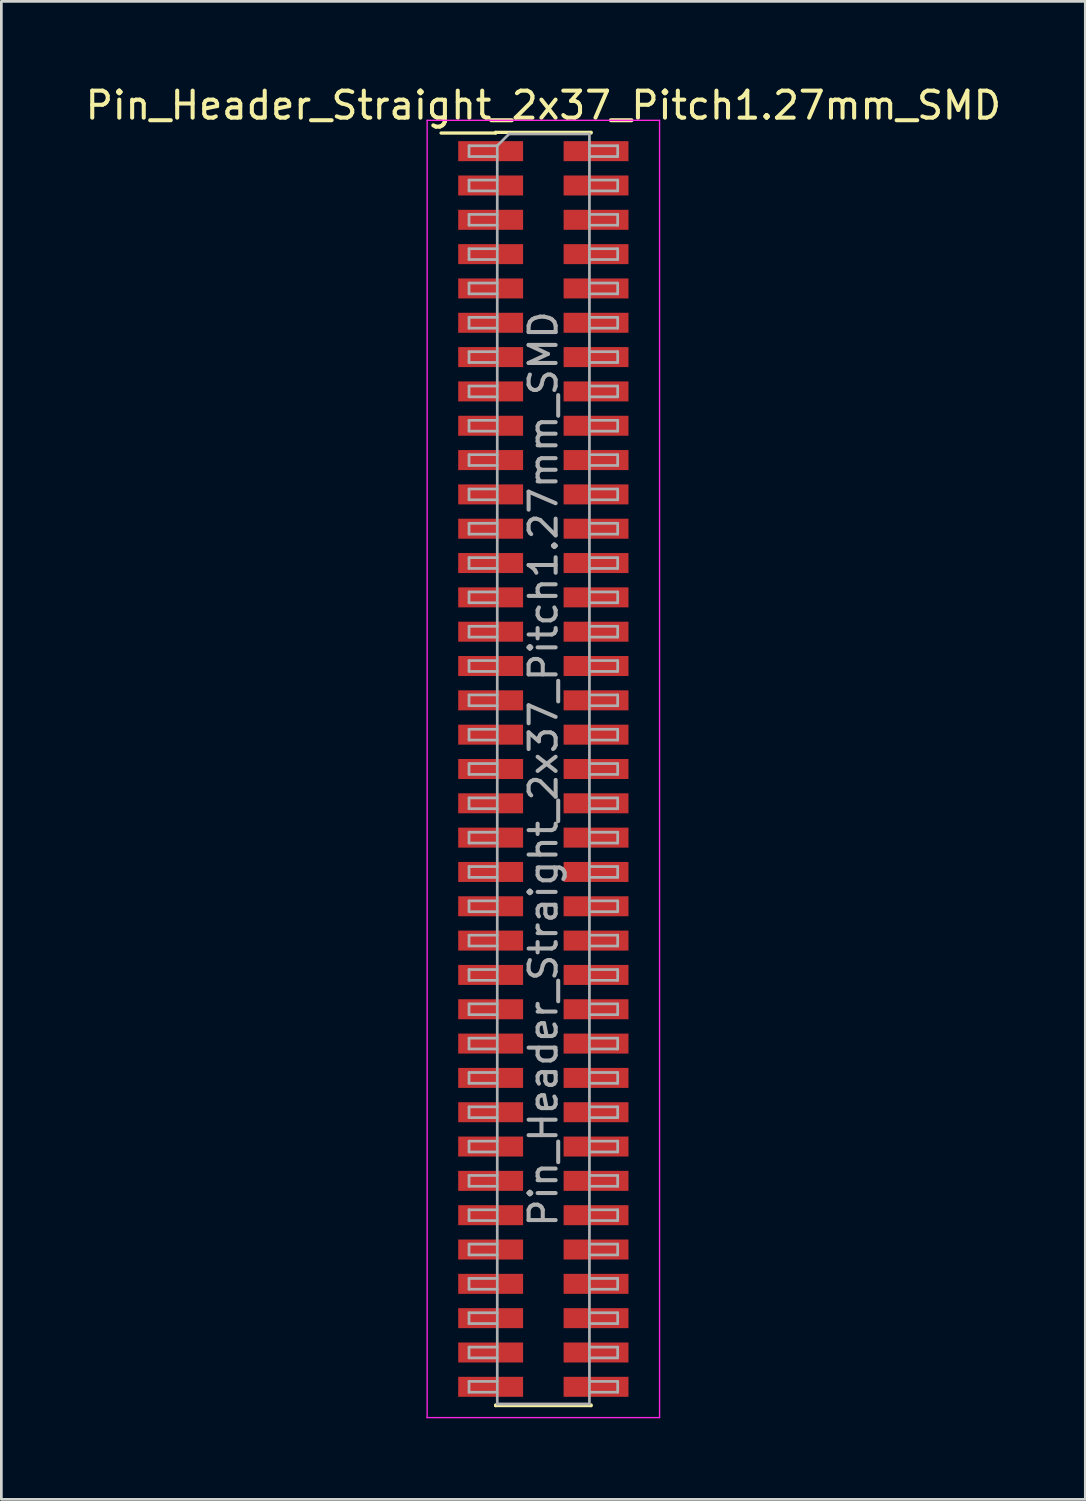
<source format=kicad_pcb>
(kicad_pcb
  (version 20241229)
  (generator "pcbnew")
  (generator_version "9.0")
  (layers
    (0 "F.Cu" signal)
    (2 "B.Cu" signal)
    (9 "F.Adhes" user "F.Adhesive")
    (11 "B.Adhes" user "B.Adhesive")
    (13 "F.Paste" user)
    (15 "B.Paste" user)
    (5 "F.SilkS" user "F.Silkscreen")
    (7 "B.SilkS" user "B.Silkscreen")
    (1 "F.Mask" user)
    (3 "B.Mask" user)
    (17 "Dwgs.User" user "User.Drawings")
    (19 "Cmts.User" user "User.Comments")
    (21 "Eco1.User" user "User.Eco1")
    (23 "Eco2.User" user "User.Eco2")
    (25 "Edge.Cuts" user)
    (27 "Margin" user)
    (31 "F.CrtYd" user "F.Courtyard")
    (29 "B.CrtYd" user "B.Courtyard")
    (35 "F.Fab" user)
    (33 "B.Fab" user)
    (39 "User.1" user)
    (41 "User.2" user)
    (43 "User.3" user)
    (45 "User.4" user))
  (footprint "Pin_Header_Straight_2x37_Pitch1.27mm_SMD"
    (layer "F.Cu")
    (at 17.054 25.403)
    (property "Reference" "Pin_Header_Straight_2x37_Pitch1.27mm_SMD" (at 0 -24.555 0) (layer "F.SilkS") (effects (font (size 1 1) (thickness 0.15))))
    (attr smd)
    (fp_line (start -3.785 -23.53) (end -1.765 -23.53) (stroke (width 0.12) (type solid)) (layer "F.SilkS"))
    (fp_line (start -1.765 -23.555) (end 1.765 -23.555) (stroke (width 0.12) (type solid)) (layer "F.SilkS"))
    (fp_line (start -1.765 -23.53) (end -1.765 -23.555) (stroke (width 0.12) (type solid)) (layer "F.SilkS"))
    (fp_line (start -1.765 23.53) (end -1.765 23.555) (stroke (width 0.12) (type solid)) (layer "F.SilkS"))
    (fp_line (start -1.765 23.555) (end 1.765 23.555) (stroke (width 0.12) (type solid)) (layer "F.SilkS"))
    (fp_line (start 1.765 -23.555) (end 1.765 -23.53) (stroke (width 0.12) (type solid)) (layer "F.SilkS"))
    (fp_line (start 1.765 23.555) (end 1.765 23.53) (stroke (width 0.12) (type solid)) (layer "F.SilkS"))
    (fp_line (start -4.3 -24) (end -4.3 24) (stroke (width 0.05) (type solid)) (layer "F.CrtYd"))
    (fp_line (start -4.3 24) (end 4.3 24) (stroke (width 0.05) (type solid)) (layer "F.CrtYd"))
    (fp_line (start 4.3 -24) (end -4.3 -24) (stroke (width 0.05) (type solid)) (layer "F.CrtYd"))
    (fp_line (start 4.3 24) (end 4.3 -24) (stroke (width 0.05) (type solid)) (layer "F.CrtYd"))
    (fp_line (start -2.75 -23.06) (end -2.75 -22.66) (stroke (width 0.1) (type solid)) (layer "F.Fab"))
    (fp_line (start -2.75 -22.66) (end -1.705 -22.66) (stroke (width 0.1) (type solid)) (layer "F.Fab"))
    (fp_line (start -2.75 -21.79) (end -2.75 -21.39) (stroke (width 0.1) (type solid)) (layer "F.Fab"))
    (fp_line (start -2.75 -21.39) (end -1.705 -21.39) (stroke (width 0.1) (type solid)) (layer "F.Fab"))
    (fp_line (start -2.75 -20.52) (end -2.75 -20.12) (stroke (width 0.1) (type solid)) (layer "F.Fab"))
    (fp_line (start -2.75 -20.12) (end -1.705 -20.12) (stroke (width 0.1) (type solid)) (layer "F.Fab"))
    (fp_line (start -2.75 -19.25) (end -2.75 -18.85) (stroke (width 0.1) (type solid)) (layer "F.Fab"))
    (fp_line (start -2.75 -18.85) (end -1.705 -18.85) (stroke (width 0.1) (type solid)) (layer "F.Fab"))
    (fp_line (start -2.75 -17.98) (end -2.75 -17.58) (stroke (width 0.1) (type solid)) (layer "F.Fab"))
    (fp_line (start -2.75 -17.58) (end -1.705 -17.58) (stroke (width 0.1) (type solid)) (layer "F.Fab"))
    (fp_line (start -2.75 -16.71) (end -2.75 -16.31) (stroke (width 0.1) (type solid)) (layer "F.Fab"))
    (fp_line (start -2.75 -16.31) (end -1.705 -16.31) (stroke (width 0.1) (type solid)) (layer "F.Fab"))
    (fp_line (start -2.75 -15.44) (end -2.75 -15.04) (stroke (width 0.1) (type solid)) (layer "F.Fab"))
    (fp_line (start -2.75 -15.04) (end -1.705 -15.04) (stroke (width 0.1) (type solid)) (layer "F.Fab"))
    (fp_line (start -2.75 -14.17) (end -2.75 -13.77) (stroke (width 0.1) (type solid)) (layer "F.Fab"))
    (fp_line (start -2.75 -13.77) (end -1.705 -13.77) (stroke (width 0.1) (type solid)) (layer "F.Fab"))
    (fp_line (start -2.75 -12.9) (end -2.75 -12.5) (stroke (width 0.1) (type solid)) (layer "F.Fab"))
    (fp_line (start -2.75 -12.5) (end -1.705 -12.5) (stroke (width 0.1) (type solid)) (layer "F.Fab"))
    (fp_line (start -2.75 -11.63) (end -2.75 -11.23) (stroke (width 0.1) (type solid)) (layer "F.Fab"))
    (fp_line (start -2.75 -11.23) (end -1.705 -11.23) (stroke (width 0.1) (type solid)) (layer "F.Fab"))
    (fp_line (start -2.75 -10.36) (end -2.75 -9.96) (stroke (width 0.1) (type solid)) (layer "F.Fab"))
    (fp_line (start -2.75 -9.96) (end -1.705 -9.96) (stroke (width 0.1) (type solid)) (layer "F.Fab"))
    (fp_line (start -2.75 -9.09) (end -2.75 -8.69) (stroke (width 0.1) (type solid)) (layer "F.Fab"))
    (fp_line (start -2.75 -8.69) (end -1.705 -8.69) (stroke (width 0.1) (type solid)) (layer "F.Fab"))
    (fp_line (start -2.75 -7.82) (end -2.75 -7.42) (stroke (width 0.1) (type solid)) (layer "F.Fab"))
    (fp_line (start -2.75 -7.42) (end -1.705 -7.42) (stroke (width 0.1) (type solid)) (layer "F.Fab"))
    (fp_line (start -2.75 -6.55) (end -2.75 -6.15) (stroke (width 0.1) (type solid)) (layer "F.Fab"))
    (fp_line (start -2.75 -6.15) (end -1.705 -6.15) (stroke (width 0.1) (type solid)) (layer "F.Fab"))
    (fp_line (start -2.75 -5.28) (end -2.75 -4.88) (stroke (width 0.1) (type solid)) (layer "F.Fab"))
    (fp_line (start -2.75 -4.88) (end -1.705 -4.88) (stroke (width 0.1) (type solid)) (layer "F.Fab"))
    (fp_line (start -2.75 -4.01) (end -2.75 -3.61) (stroke (width 0.1) (type solid)) (layer "F.Fab"))
    (fp_line (start -2.75 -3.61) (end -1.705 -3.61) (stroke (width 0.1) (type solid)) (layer "F.Fab"))
    (fp_line (start -2.75 -2.74) (end -2.75 -2.34) (stroke (width 0.1) (type solid)) (layer "F.Fab"))
    (fp_line (start -2.75 -2.34) (end -1.705 -2.34) (stroke (width 0.1) (type solid)) (layer "F.Fab"))
    (fp_line (start -2.75 -1.47) (end -2.75 -1.07) (stroke (width 0.1) (type solid)) (layer "F.Fab"))
    (fp_line (start -2.75 -1.07) (end -1.705 -1.07) (stroke (width 0.1) (type solid)) (layer "F.Fab"))
    (fp_line (start -2.75 -0.2) (end -2.75 0.2) (stroke (width 0.1) (type solid)) (layer "F.Fab"))
    (fp_line (start -2.75 0.2) (end -1.705 0.2) (stroke (width 0.1) (type solid)) (layer "F.Fab"))
    (fp_line (start -2.75 1.07) (end -2.75 1.47) (stroke (width 0.1) (type solid)) (layer "F.Fab"))
    (fp_line (start -2.75 1.47) (end -1.705 1.47) (stroke (width 0.1) (type solid)) (layer "F.Fab"))
    (fp_line (start -2.75 2.34) (end -2.75 2.74) (stroke (width 0.1) (type solid)) (layer "F.Fab"))
    (fp_line (start -2.75 2.74) (end -1.705 2.74) (stroke (width 0.1) (type solid)) (layer "F.Fab"))
    (fp_line (start -2.75 3.61) (end -2.75 4.01) (stroke (width 0.1) (type solid)) (layer "F.Fab"))
    (fp_line (start -2.75 4.01) (end -1.705 4.01) (stroke (width 0.1) (type solid)) (layer "F.Fab"))
    (fp_line (start -2.75 4.88) (end -2.75 5.28) (stroke (width 0.1) (type solid)) (layer "F.Fab"))
    (fp_line (start -2.75 5.28) (end -1.705 5.28) (stroke (width 0.1) (type solid)) (layer "F.Fab"))
    (fp_line (start -2.75 6.15) (end -2.75 6.55) (stroke (width 0.1) (type solid)) (layer "F.Fab"))
    (fp_line (start -2.75 6.55) (end -1.705 6.55) (stroke (width 0.1) (type solid)) (layer "F.Fab"))
    (fp_line (start -2.75 7.42) (end -2.75 7.82) (stroke (width 0.1) (type solid)) (layer "F.Fab"))
    (fp_line (start -2.75 7.82) (end -1.705 7.82) (stroke (width 0.1) (type solid)) (layer "F.Fab"))
    (fp_line (start -2.75 8.69) (end -2.75 9.09) (stroke (width 0.1) (type solid)) (layer "F.Fab"))
    (fp_line (start -2.75 9.09) (end -1.705 9.09) (stroke (width 0.1) (type solid)) (layer "F.Fab"))
    (fp_line (start -2.75 9.96) (end -2.75 10.36) (stroke (width 0.1) (type solid)) (layer "F.Fab"))
    (fp_line (start -2.75 10.36) (end -1.705 10.36) (stroke (width 0.1) (type solid)) (layer "F.Fab"))
    (fp_line (start -2.75 11.23) (end -2.75 11.63) (stroke (width 0.1) (type solid)) (layer "F.Fab"))
    (fp_line (start -2.75 11.63) (end -1.705 11.63) (stroke (width 0.1) (type solid)) (layer "F.Fab"))
    (fp_line (start -2.75 12.5) (end -2.75 12.9) (stroke (width 0.1) (type solid)) (layer "F.Fab"))
    (fp_line (start -2.75 12.9) (end -1.705 12.9) (stroke (width 0.1) (type solid)) (layer "F.Fab"))
    (fp_line (start -2.75 13.77) (end -2.75 14.17) (stroke (width 0.1) (type solid)) (layer "F.Fab"))
    (fp_line (start -2.75 14.17) (end -1.705 14.17) (stroke (width 0.1) (type solid)) (layer "F.Fab"))
    (fp_line (start -2.75 15.04) (end -2.75 15.44) (stroke (width 0.1) (type solid)) (layer "F.Fab"))
    (fp_line (start -2.75 15.44) (end -1.705 15.44) (stroke (width 0.1) (type solid)) (layer "F.Fab"))
    (fp_line (start -2.75 16.31) (end -2.75 16.71) (stroke (width 0.1) (type solid)) (layer "F.Fab"))
    (fp_line (start -2.75 16.71) (end -1.705 16.71) (stroke (width 0.1) (type solid)) (layer "F.Fab"))
    (fp_line (start -2.75 17.58) (end -2.75 17.98) (stroke (width 0.1) (type solid)) (layer "F.Fab"))
    (fp_line (start -2.75 17.98) (end -1.705 17.98) (stroke (width 0.1) (type solid)) (layer "F.Fab"))
    (fp_line (start -2.75 18.85) (end -2.75 19.25) (stroke (width 0.1) (type solid)) (layer "F.Fab"))
    (fp_line (start -2.75 19.25) (end -1.705 19.25) (stroke (width 0.1) (type solid)) (layer "F.Fab"))
    (fp_line (start -2.75 20.12) (end -2.75 20.52) (stroke (width 0.1) (type solid)) (layer "F.Fab"))
    (fp_line (start -2.75 20.52) (end -1.705 20.52) (stroke (width 0.1) (type solid)) (layer "F.Fab"))
    (fp_line (start -2.75 21.39) (end -2.75 21.79) (stroke (width 0.1) (type solid)) (layer "F.Fab"))
    (fp_line (start -2.75 21.79) (end -1.705 21.79) (stroke (width 0.1) (type solid)) (layer "F.Fab"))
    (fp_line (start -2.75 22.66) (end -2.75 23.06) (stroke (width 0.1) (type solid)) (layer "F.Fab"))
    (fp_line (start -2.75 23.06) (end -1.705 23.06) (stroke (width 0.1) (type solid)) (layer "F.Fab"))
    (fp_line (start -1.705 -23.06) (end -2.75 -23.06) (stroke (width 0.1) (type solid)) (layer "F.Fab"))
    (fp_line (start -1.705 -23.06) (end -1.27 -23.495) (stroke (width 0.1) (type solid)) (layer "F.Fab"))
    (fp_line (start -1.705 -21.79) (end -2.75 -21.79) (stroke (width 0.1) (type solid)) (layer "F.Fab"))
    (fp_line (start -1.705 -20.52) (end -2.75 -20.52) (stroke (width 0.1) (type solid)) (layer "F.Fab"))
    (fp_line (start -1.705 -19.25) (end -2.75 -19.25) (stroke (width 0.1) (type solid)) (layer "F.Fab"))
    (fp_line (start -1.705 -17.98) (end -2.75 -17.98) (stroke (width 0.1) (type solid)) (layer "F.Fab"))
    (fp_line (start -1.705 -16.71) (end -2.75 -16.71) (stroke (width 0.1) (type solid)) (layer "F.Fab"))
    (fp_line (start -1.705 -15.44) (end -2.75 -15.44) (stroke (width 0.1) (type solid)) (layer "F.Fab"))
    (fp_line (start -1.705 -14.17) (end -2.75 -14.17) (stroke (width 0.1) (type solid)) (layer "F.Fab"))
    (fp_line (start -1.705 -12.9) (end -2.75 -12.9) (stroke (width 0.1) (type solid)) (layer "F.Fab"))
    (fp_line (start -1.705 -11.63) (end -2.75 -11.63) (stroke (width 0.1) (type solid)) (layer "F.Fab"))
    (fp_line (start -1.705 -10.36) (end -2.75 -10.36) (stroke (width 0.1) (type solid)) (layer "F.Fab"))
    (fp_line (start -1.705 -9.09) (end -2.75 -9.09) (stroke (width 0.1) (type solid)) (layer "F.Fab"))
    (fp_line (start -1.705 -7.82) (end -2.75 -7.82) (stroke (width 0.1) (type solid)) (layer "F.Fab"))
    (fp_line (start -1.705 -6.55) (end -2.75 -6.55) (stroke (width 0.1) (type solid)) (layer "F.Fab"))
    (fp_line (start -1.705 -5.28) (end -2.75 -5.28) (stroke (width 0.1) (type solid)) (layer "F.Fab"))
    (fp_line (start -1.705 -4.01) (end -2.75 -4.01) (stroke (width 0.1) (type solid)) (layer "F.Fab"))
    (fp_line (start -1.705 -2.74) (end -2.75 -2.74) (stroke (width 0.1) (type solid)) (layer "F.Fab"))
    (fp_line (start -1.705 -1.47) (end -2.75 -1.47) (stroke (width 0.1) (type solid)) (layer "F.Fab"))
    (fp_line (start -1.705 -0.2) (end -2.75 -0.2) (stroke (width 0.1) (type solid)) (layer "F.Fab"))
    (fp_line (start -1.705 1.07) (end -2.75 1.07) (stroke (width 0.1) (type solid)) (layer "F.Fab"))
    (fp_line (start -1.705 2.34) (end -2.75 2.34) (stroke (width 0.1) (type solid)) (layer "F.Fab"))
    (fp_line (start -1.705 3.61) (end -2.75 3.61) (stroke (width 0.1) (type solid)) (layer "F.Fab"))
    (fp_line (start -1.705 4.88) (end -2.75 4.88) (stroke (width 0.1) (type solid)) (layer "F.Fab"))
    (fp_line (start -1.705 6.15) (end -2.75 6.15) (stroke (width 0.1) (type solid)) (layer "F.Fab"))
    (fp_line (start -1.705 7.42) (end -2.75 7.42) (stroke (width 0.1) (type solid)) (layer "F.Fab"))
    (fp_line (start -1.705 8.69) (end -2.75 8.69) (stroke (width 0.1) (type solid)) (layer "F.Fab"))
    (fp_line (start -1.705 9.96) (end -2.75 9.96) (stroke (width 0.1) (type solid)) (layer "F.Fab"))
    (fp_line (start -1.705 11.23) (end -2.75 11.23) (stroke (width 0.1) (type solid)) (layer "F.Fab"))
    (fp_line (start -1.705 12.5) (end -2.75 12.5) (stroke (width 0.1) (type solid)) (layer "F.Fab"))
    (fp_line (start -1.705 13.77) (end -2.75 13.77) (stroke (width 0.1) (type solid)) (layer "F.Fab"))
    (fp_line (start -1.705 15.04) (end -2.75 15.04) (stroke (width 0.1) (type solid)) (layer "F.Fab"))
    (fp_line (start -1.705 16.31) (end -2.75 16.31) (stroke (width 0.1) (type solid)) (layer "F.Fab"))
    (fp_line (start -1.705 17.58) (end -2.75 17.58) (stroke (width 0.1) (type solid)) (layer "F.Fab"))
    (fp_line (start -1.705 18.85) (end -2.75 18.85) (stroke (width 0.1) (type solid)) (layer "F.Fab"))
    (fp_line (start -1.705 20.12) (end -2.75 20.12) (stroke (width 0.1) (type solid)) (layer "F.Fab"))
    (fp_line (start -1.705 21.39) (end -2.75 21.39) (stroke (width 0.1) (type solid)) (layer "F.Fab"))
    (fp_line (start -1.705 22.66) (end -2.75 22.66) (stroke (width 0.1) (type solid)) (layer "F.Fab"))
    (fp_line (start -1.705 23.495) (end -1.705 -23.06) (stroke (width 0.1) (type solid)) (layer "F.Fab"))
    (fp_line (start -1.27 -23.495) (end 1.705 -23.495) (stroke (width 0.1) (type solid)) (layer "F.Fab"))
    (fp_line (start 1.705 -23.495) (end 1.705 23.495) (stroke (width 0.1) (type solid)) (layer "F.Fab"))
    (fp_line (start 1.705 -23.06) (end 2.75 -23.06) (stroke (width 0.1) (type solid)) (layer "F.Fab"))
    (fp_line (start 1.705 -21.79) (end 2.75 -21.79) (stroke (width 0.1) (type solid)) (layer "F.Fab"))
    (fp_line (start 1.705 -20.52) (end 2.75 -20.52) (stroke (width 0.1) (type solid)) (layer "F.Fab"))
    (fp_line (start 1.705 -19.25) (end 2.75 -19.25) (stroke (width 0.1) (type solid)) (layer "F.Fab"))
    (fp_line (start 1.705 -17.98) (end 2.75 -17.98) (stroke (width 0.1) (type solid)) (layer "F.Fab"))
    (fp_line (start 1.705 -16.71) (end 2.75 -16.71) (stroke (width 0.1) (type solid)) (layer "F.Fab"))
    (fp_line (start 1.705 -15.44) (end 2.75 -15.44) (stroke (width 0.1) (type solid)) (layer "F.Fab"))
    (fp_line (start 1.705 -14.17) (end 2.75 -14.17) (stroke (width 0.1) (type solid)) (layer "F.Fab"))
    (fp_line (start 1.705 -12.9) (end 2.75 -12.9) (stroke (width 0.1) (type solid)) (layer "F.Fab"))
    (fp_line (start 1.705 -11.63) (end 2.75 -11.63) (stroke (width 0.1) (type solid)) (layer "F.Fab"))
    (fp_line (start 1.705 -10.36) (end 2.75 -10.36) (stroke (width 0.1) (type solid)) (layer "F.Fab"))
    (fp_line (start 1.705 -9.09) (end 2.75 -9.09) (stroke (width 0.1) (type solid)) (layer "F.Fab"))
    (fp_line (start 1.705 -7.82) (end 2.75 -7.82) (stroke (width 0.1) (type solid)) (layer "F.Fab"))
    (fp_line (start 1.705 -6.55) (end 2.75 -6.55) (stroke (width 0.1) (type solid)) (layer "F.Fab"))
    (fp_line (start 1.705 -5.28) (end 2.75 -5.28) (stroke (width 0.1) (type solid)) (layer "F.Fab"))
    (fp_line (start 1.705 -4.01) (end 2.75 -4.01) (stroke (width 0.1) (type solid)) (layer "F.Fab"))
    (fp_line (start 1.705 -2.74) (end 2.75 -2.74) (stroke (width 0.1) (type solid)) (layer "F.Fab"))
    (fp_line (start 1.705 -1.47) (end 2.75 -1.47) (stroke (width 0.1) (type solid)) (layer "F.Fab"))
    (fp_line (start 1.705 -0.2) (end 2.75 -0.2) (stroke (width 0.1) (type solid)) (layer "F.Fab"))
    (fp_line (start 1.705 1.07) (end 2.75 1.07) (stroke (width 0.1) (type solid)) (layer "F.Fab"))
    (fp_line (start 1.705 2.34) (end 2.75 2.34) (stroke (width 0.1) (type solid)) (layer "F.Fab"))
    (fp_line (start 1.705 3.61) (end 2.75 3.61) (stroke (width 0.1) (type solid)) (layer "F.Fab"))
    (fp_line (start 1.705 4.88) (end 2.75 4.88) (stroke (width 0.1) (type solid)) (layer "F.Fab"))
    (fp_line (start 1.705 6.15) (end 2.75 6.15) (stroke (width 0.1) (type solid)) (layer "F.Fab"))
    (fp_line (start 1.705 7.42) (end 2.75 7.42) (stroke (width 0.1) (type solid)) (layer "F.Fab"))
    (fp_line (start 1.705 8.69) (end 2.75 8.69) (stroke (width 0.1) (type solid)) (layer "F.Fab"))
    (fp_line (start 1.705 9.96) (end 2.75 9.96) (stroke (width 0.1) (type solid)) (layer "F.Fab"))
    (fp_line (start 1.705 11.23) (end 2.75 11.23) (stroke (width 0.1) (type solid)) (layer "F.Fab"))
    (fp_line (start 1.705 12.5) (end 2.75 12.5) (stroke (width 0.1) (type solid)) (layer "F.Fab"))
    (fp_line (start 1.705 13.77) (end 2.75 13.77) (stroke (width 0.1) (type solid)) (layer "F.Fab"))
    (fp_line (start 1.705 15.04) (end 2.75 15.04) (stroke (width 0.1) (type solid)) (layer "F.Fab"))
    (fp_line (start 1.705 16.31) (end 2.75 16.31) (stroke (width 0.1) (type solid)) (layer "F.Fab"))
    (fp_line (start 1.705 17.58) (end 2.75 17.58) (stroke (width 0.1) (type solid)) (layer "F.Fab"))
    (fp_line (start 1.705 18.85) (end 2.75 18.85) (stroke (width 0.1) (type solid)) (layer "F.Fab"))
    (fp_line (start 1.705 20.12) (end 2.75 20.12) (stroke (width 0.1) (type solid)) (layer "F.Fab"))
    (fp_line (start 1.705 21.39) (end 2.75 21.39) (stroke (width 0.1) (type solid)) (layer "F.Fab"))
    (fp_line (start 1.705 22.66) (end 2.75 22.66) (stroke (width 0.1) (type solid)) (layer "F.Fab"))
    (fp_line (start 1.705 23.495) (end -1.705 23.495) (stroke (width 0.1) (type solid)) (layer "F.Fab"))
    (fp_line (start 2.75 -23.06) (end 2.75 -22.66) (stroke (width 0.1) (type solid)) (layer "F.Fab"))
    (fp_line (start 2.75 -22.66) (end 1.705 -22.66) (stroke (width 0.1) (type solid)) (layer "F.Fab"))
    (fp_line (start 2.75 -21.79) (end 2.75 -21.39) (stroke (width 0.1) (type solid)) (layer "F.Fab"))
    (fp_line (start 2.75 -21.39) (end 1.705 -21.39) (stroke (width 0.1) (type solid)) (layer "F.Fab"))
    (fp_line (start 2.75 -20.52) (end 2.75 -20.12) (stroke (width 0.1) (type solid)) (layer "F.Fab"))
    (fp_line (start 2.75 -20.12) (end 1.705 -20.12) (stroke (width 0.1) (type solid)) (layer "F.Fab"))
    (fp_line (start 2.75 -19.25) (end 2.75 -18.85) (stroke (width 0.1) (type solid)) (layer "F.Fab"))
    (fp_line (start 2.75 -18.85) (end 1.705 -18.85) (stroke (width 0.1) (type solid)) (layer "F.Fab"))
    (fp_line (start 2.75 -17.98) (end 2.75 -17.58) (stroke (width 0.1) (type solid)) (layer "F.Fab"))
    (fp_line (start 2.75 -17.58) (end 1.705 -17.58) (stroke (width 0.1) (type solid)) (layer "F.Fab"))
    (fp_line (start 2.75 -16.71) (end 2.75 -16.31) (stroke (width 0.1) (type solid)) (layer "F.Fab"))
    (fp_line (start 2.75 -16.31) (end 1.705 -16.31) (stroke (width 0.1) (type solid)) (layer "F.Fab"))
    (fp_line (start 2.75 -15.44) (end 2.75 -15.04) (stroke (width 0.1) (type solid)) (layer "F.Fab"))
    (fp_line (start 2.75 -15.04) (end 1.705 -15.04) (stroke (width 0.1) (type solid)) (layer "F.Fab"))
    (fp_line (start 2.75 -14.17) (end 2.75 -13.77) (stroke (width 0.1) (type solid)) (layer "F.Fab"))
    (fp_line (start 2.75 -13.77) (end 1.705 -13.77) (stroke (width 0.1) (type solid)) (layer "F.Fab"))
    (fp_line (start 2.75 -12.9) (end 2.75 -12.5) (stroke (width 0.1) (type solid)) (layer "F.Fab"))
    (fp_line (start 2.75 -12.5) (end 1.705 -12.5) (stroke (width 0.1) (type solid)) (layer "F.Fab"))
    (fp_line (start 2.75 -11.63) (end 2.75 -11.23) (stroke (width 0.1) (type solid)) (layer "F.Fab"))
    (fp_line (start 2.75 -11.23) (end 1.705 -11.23) (stroke (width 0.1) (type solid)) (layer "F.Fab"))
    (fp_line (start 2.75 -10.36) (end 2.75 -9.96) (stroke (width 0.1) (type solid)) (layer "F.Fab"))
    (fp_line (start 2.75 -9.96) (end 1.705 -9.96) (stroke (width 0.1) (type solid)) (layer "F.Fab"))
    (fp_line (start 2.75 -9.09) (end 2.75 -8.69) (stroke (width 0.1) (type solid)) (layer "F.Fab"))
    (fp_line (start 2.75 -8.69) (end 1.705 -8.69) (stroke (width 0.1) (type solid)) (layer "F.Fab"))
    (fp_line (start 2.75 -7.82) (end 2.75 -7.42) (stroke (width 0.1) (type solid)) (layer "F.Fab"))
    (fp_line (start 2.75 -7.42) (end 1.705 -7.42) (stroke (width 0.1) (type solid)) (layer "F.Fab"))
    (fp_line (start 2.75 -6.55) (end 2.75 -6.15) (stroke (width 0.1) (type solid)) (layer "F.Fab"))
    (fp_line (start 2.75 -6.15) (end 1.705 -6.15) (stroke (width 0.1) (type solid)) (layer "F.Fab"))
    (fp_line (start 2.75 -5.28) (end 2.75 -4.88) (stroke (width 0.1) (type solid)) (layer "F.Fab"))
    (fp_line (start 2.75 -4.88) (end 1.705 -4.88) (stroke (width 0.1) (type solid)) (layer "F.Fab"))
    (fp_line (start 2.75 -4.01) (end 2.75 -3.61) (stroke (width 0.1) (type solid)) (layer "F.Fab"))
    (fp_line (start 2.75 -3.61) (end 1.705 -3.61) (stroke (width 0.1) (type solid)) (layer "F.Fab"))
    (fp_line (start 2.75 -2.74) (end 2.75 -2.34) (stroke (width 0.1) (type solid)) (layer "F.Fab"))
    (fp_line (start 2.75 -2.34) (end 1.705 -2.34) (stroke (width 0.1) (type solid)) (layer "F.Fab"))
    (fp_line (start 2.75 -1.47) (end 2.75 -1.07) (stroke (width 0.1) (type solid)) (layer "F.Fab"))
    (fp_line (start 2.75 -1.07) (end 1.705 -1.07) (stroke (width 0.1) (type solid)) (layer "F.Fab"))
    (fp_line (start 2.75 -0.2) (end 2.75 0.2) (stroke (width 0.1) (type solid)) (layer "F.Fab"))
    (fp_line (start 2.75 0.2) (end 1.705 0.2) (stroke (width 0.1) (type solid)) (layer "F.Fab"))
    (fp_line (start 2.75 1.07) (end 2.75 1.47) (stroke (width 0.1) (type solid)) (layer "F.Fab"))
    (fp_line (start 2.75 1.47) (end 1.705 1.47) (stroke (width 0.1) (type solid)) (layer "F.Fab"))
    (fp_line (start 2.75 2.34) (end 2.75 2.74) (stroke (width 0.1) (type solid)) (layer "F.Fab"))
    (fp_line (start 2.75 2.74) (end 1.705 2.74) (stroke (width 0.1) (type solid)) (layer "F.Fab"))
    (fp_line (start 2.75 3.61) (end 2.75 4.01) (stroke (width 0.1) (type solid)) (layer "F.Fab"))
    (fp_line (start 2.75 4.01) (end 1.705 4.01) (stroke (width 0.1) (type solid)) (layer "F.Fab"))
    (fp_line (start 2.75 4.88) (end 2.75 5.28) (stroke (width 0.1) (type solid)) (layer "F.Fab"))
    (fp_line (start 2.75 5.28) (end 1.705 5.28) (stroke (width 0.1) (type solid)) (layer "F.Fab"))
    (fp_line (start 2.75 6.15) (end 2.75 6.55) (stroke (width 0.1) (type solid)) (layer "F.Fab"))
    (fp_line (start 2.75 6.55) (end 1.705 6.55) (stroke (width 0.1) (type solid)) (layer "F.Fab"))
    (fp_line (start 2.75 7.42) (end 2.75 7.82) (stroke (width 0.1) (type solid)) (layer "F.Fab"))
    (fp_line (start 2.75 7.82) (end 1.705 7.82) (stroke (width 0.1) (type solid)) (layer "F.Fab"))
    (fp_line (start 2.75 8.69) (end 2.75 9.09) (stroke (width 0.1) (type solid)) (layer "F.Fab"))
    (fp_line (start 2.75 9.09) (end 1.705 9.09) (stroke (width 0.1) (type solid)) (layer "F.Fab"))
    (fp_line (start 2.75 9.96) (end 2.75 10.36) (stroke (width 0.1) (type solid)) (layer "F.Fab"))
    (fp_line (start 2.75 10.36) (end 1.705 10.36) (stroke (width 0.1) (type solid)) (layer "F.Fab"))
    (fp_line (start 2.75 11.23) (end 2.75 11.63) (stroke (width 0.1) (type solid)) (layer "F.Fab"))
    (fp_line (start 2.75 11.63) (end 1.705 11.63) (stroke (width 0.1) (type solid)) (layer "F.Fab"))
    (fp_line (start 2.75 12.5) (end 2.75 12.9) (stroke (width 0.1) (type solid)) (layer "F.Fab"))
    (fp_line (start 2.75 12.9) (end 1.705 12.9) (stroke (width 0.1) (type solid)) (layer "F.Fab"))
    (fp_line (start 2.75 13.77) (end 2.75 14.17) (stroke (width 0.1) (type solid)) (layer "F.Fab"))
    (fp_line (start 2.75 14.17) (end 1.705 14.17) (stroke (width 0.1) (type solid)) (layer "F.Fab"))
    (fp_line (start 2.75 15.04) (end 2.75 15.44) (stroke (width 0.1) (type solid)) (layer "F.Fab"))
    (fp_line (start 2.75 15.44) (end 1.705 15.44) (stroke (width 0.1) (type solid)) (layer "F.Fab"))
    (fp_line (start 2.75 16.31) (end 2.75 16.71) (stroke (width 0.1) (type solid)) (layer "F.Fab"))
    (fp_line (start 2.75 16.71) (end 1.705 16.71) (stroke (width 0.1) (type solid)) (layer "F.Fab"))
    (fp_line (start 2.75 17.58) (end 2.75 17.98) (stroke (width 0.1) (type solid)) (layer "F.Fab"))
    (fp_line (start 2.75 17.98) (end 1.705 17.98) (stroke (width 0.1) (type solid)) (layer "F.Fab"))
    (fp_line (start 2.75 18.85) (end 2.75 19.25) (stroke (width 0.1) (type solid)) (layer "F.Fab"))
    (fp_line (start 2.75 19.25) (end 1.705 19.25) (stroke (width 0.1) (type solid)) (layer "F.Fab"))
    (fp_line (start 2.75 20.12) (end 2.75 20.52) (stroke (width 0.1) (type solid)) (layer "F.Fab"))
    (fp_line (start 2.75 20.52) (end 1.705 20.52) (stroke (width 0.1) (type solid)) (layer "F.Fab"))
    (fp_line (start 2.75 21.39) (end 2.75 21.79) (stroke (width 0.1) (type solid)) (layer "F.Fab"))
    (fp_line (start 2.75 21.79) (end 1.705 21.79) (stroke (width 0.1) (type solid)) (layer "F.Fab"))
    (fp_line (start 2.75 22.66) (end 2.75 23.06) (stroke (width 0.1) (type solid)) (layer "F.Fab"))
    (fp_line (start 2.75 23.06) (end 1.705 23.06) (stroke (width 0.1) (type solid)) (layer "F.Fab"))
    (fp_text user "${REFERENCE}" (at 0 0 90) (layer "F.Fab") (effects (font (size 1 1) (thickness 0.15))))
    (pad "1" smd rect (at -1.95 -22.86) (size 2.4 0.74) (layers "F.Cu" "F.Mask" "F.Paste"))
    (pad "2" smd rect (at 1.95 -22.86) (size 2.4 0.74) (layers "F.Cu" "F.Mask" "F.Paste"))
    (pad "3" smd rect (at -1.95 -21.59) (size 2.4 0.74) (layers "F.Cu" "F.Mask" "F.Paste"))
    (pad "4" smd rect (at 1.95 -21.59) (size 2.4 0.74) (layers "F.Cu" "F.Mask" "F.Paste"))
    (pad "5" smd rect (at -1.95 -20.32) (size 2.4 0.74) (layers "F.Cu" "F.Mask" "F.Paste"))
    (pad "6" smd rect (at 1.95 -20.32) (size 2.4 0.74) (layers "F.Cu" "F.Mask" "F.Paste"))
    (pad "7" smd rect (at -1.95 -19.05) (size 2.4 0.74) (layers "F.Cu" "F.Mask" "F.Paste"))
    (pad "8" smd rect (at 1.95 -19.05) (size 2.4 0.74) (layers "F.Cu" "F.Mask" "F.Paste"))
    (pad "9" smd rect (at -1.95 -17.78) (size 2.4 0.74) (layers "F.Cu" "F.Mask" "F.Paste"))
    (pad "10" smd rect (at 1.95 -17.78) (size 2.4 0.74) (layers "F.Cu" "F.Mask" "F.Paste"))
    (pad "11" smd rect (at -1.95 -16.51) (size 2.4 0.74) (layers "F.Cu" "F.Mask" "F.Paste"))
    (pad "12" smd rect (at 1.95 -16.51) (size 2.4 0.74) (layers "F.Cu" "F.Mask" "F.Paste"))
    (pad "13" smd rect (at -1.95 -15.24) (size 2.4 0.74) (layers "F.Cu" "F.Mask" "F.Paste"))
    (pad "14" smd rect (at 1.95 -15.24) (size 2.4 0.74) (layers "F.Cu" "F.Mask" "F.Paste"))
    (pad "15" smd rect (at -1.95 -13.97) (size 2.4 0.74) (layers "F.Cu" "F.Mask" "F.Paste"))
    (pad "16" smd rect (at 1.95 -13.97) (size 2.4 0.74) (layers "F.Cu" "F.Mask" "F.Paste"))
    (pad "17" smd rect (at -1.95 -12.7) (size 2.4 0.74) (layers "F.Cu" "F.Mask" "F.Paste"))
    (pad "18" smd rect (at 1.95 -12.7) (size 2.4 0.74) (layers "F.Cu" "F.Mask" "F.Paste"))
    (pad "19" smd rect (at -1.95 -11.43) (size 2.4 0.74) (layers "F.Cu" "F.Mask" "F.Paste"))
    (pad "20" smd rect (at 1.95 -11.43) (size 2.4 0.74) (layers "F.Cu" "F.Mask" "F.Paste"))
    (pad "21" smd rect (at -1.95 -10.16) (size 2.4 0.74) (layers "F.Cu" "F.Mask" "F.Paste"))
    (pad "22" smd rect (at 1.95 -10.16) (size 2.4 0.74) (layers "F.Cu" "F.Mask" "F.Paste"))
    (pad "23" smd rect (at -1.95 -8.89) (size 2.4 0.74) (layers "F.Cu" "F.Mask" "F.Paste"))
    (pad "24" smd rect (at 1.95 -8.89) (size 2.4 0.74) (layers "F.Cu" "F.Mask" "F.Paste"))
    (pad "25" smd rect (at -1.95 -7.62) (size 2.4 0.74) (layers "F.Cu" "F.Mask" "F.Paste"))
    (pad "26" smd rect (at 1.95 -7.62) (size 2.4 0.74) (layers "F.Cu" "F.Mask" "F.Paste"))
    (pad "27" smd rect (at -1.95 -6.35) (size 2.4 0.74) (layers "F.Cu" "F.Mask" "F.Paste"))
    (pad "28" smd rect (at 1.95 -6.35) (size 2.4 0.74) (layers "F.Cu" "F.Mask" "F.Paste"))
    (pad "29" smd rect (at -1.95 -5.08) (size 2.4 0.74) (layers "F.Cu" "F.Mask" "F.Paste"))
    (pad "30" smd rect (at 1.95 -5.08) (size 2.4 0.74) (layers "F.Cu" "F.Mask" "F.Paste"))
    (pad "31" smd rect (at -1.95 -3.81) (size 2.4 0.74) (layers "F.Cu" "F.Mask" "F.Paste"))
    (pad "32" smd rect (at 1.95 -3.81) (size 2.4 0.74) (layers "F.Cu" "F.Mask" "F.Paste"))
    (pad "33" smd rect (at -1.95 -2.54) (size 2.4 0.74) (layers "F.Cu" "F.Mask" "F.Paste"))
    (pad "34" smd rect (at 1.95 -2.54) (size 2.4 0.74) (layers "F.Cu" "F.Mask" "F.Paste"))
    (pad "35" smd rect (at -1.95 -1.27) (size 2.4 0.74) (layers "F.Cu" "F.Mask" "F.Paste"))
    (pad "36" smd rect (at 1.95 -1.27) (size 2.4 0.74) (layers "F.Cu" "F.Mask" "F.Paste"))
    (pad "37" smd rect (at -1.95 0) (size 2.4 0.74) (layers "F.Cu" "F.Mask" "F.Paste"))
    (pad "38" smd rect (at 1.95 0) (size 2.4 0.74) (layers "F.Cu" "F.Mask" "F.Paste"))
    (pad "39" smd rect (at -1.95 1.27) (size 2.4 0.74) (layers "F.Cu" "F.Mask" "F.Paste"))
    (pad "40" smd rect (at 1.95 1.27) (size 2.4 0.74) (layers "F.Cu" "F.Mask" "F.Paste"))
    (pad "41" smd rect (at -1.95 2.54) (size 2.4 0.74) (layers "F.Cu" "F.Mask" "F.Paste"))
    (pad "42" smd rect (at 1.95 2.54) (size 2.4 0.74) (layers "F.Cu" "F.Mask" "F.Paste"))
    (pad "43" smd rect (at -1.95 3.81) (size 2.4 0.74) (layers "F.Cu" "F.Mask" "F.Paste"))
    (pad "44" smd rect (at 1.95 3.81) (size 2.4 0.74) (layers "F.Cu" "F.Mask" "F.Paste"))
    (pad "45" smd rect (at -1.95 5.08) (size 2.4 0.74) (layers "F.Cu" "F.Mask" "F.Paste"))
    (pad "46" smd rect (at 1.95 5.08) (size 2.4 0.74) (layers "F.Cu" "F.Mask" "F.Paste"))
    (pad "47" smd rect (at -1.95 6.35) (size 2.4 0.74) (layers "F.Cu" "F.Mask" "F.Paste"))
    (pad "48" smd rect (at 1.95 6.35) (size 2.4 0.74) (layers "F.Cu" "F.Mask" "F.Paste"))
    (pad "49" smd rect (at -1.95 7.62) (size 2.4 0.74) (layers "F.Cu" "F.Mask" "F.Paste"))
    (pad "50" smd rect (at 1.95 7.62) (size 2.4 0.74) (layers "F.Cu" "F.Mask" "F.Paste"))
    (pad "51" smd rect (at -1.95 8.89) (size 2.4 0.74) (layers "F.Cu" "F.Mask" "F.Paste"))
    (pad "52" smd rect (at 1.95 8.89) (size 2.4 0.74) (layers "F.Cu" "F.Mask" "F.Paste"))
    (pad "53" smd rect (at -1.95 10.16) (size 2.4 0.74) (layers "F.Cu" "F.Mask" "F.Paste"))
    (pad "54" smd rect (at 1.95 10.16) (size 2.4 0.74) (layers "F.Cu" "F.Mask" "F.Paste"))
    (pad "55" smd rect (at -1.95 11.43) (size 2.4 0.74) (layers "F.Cu" "F.Mask" "F.Paste"))
    (pad "56" smd rect (at 1.95 11.43) (size 2.4 0.74) (layers "F.Cu" "F.Mask" "F.Paste"))
    (pad "57" smd rect (at -1.95 12.7) (size 2.4 0.74) (layers "F.Cu" "F.Mask" "F.Paste"))
    (pad "58" smd rect (at 1.95 12.7) (size 2.4 0.74) (layers "F.Cu" "F.Mask" "F.Paste"))
    (pad "59" smd rect (at -1.95 13.97) (size 2.4 0.74) (layers "F.Cu" "F.Mask" "F.Paste"))
    (pad "60" smd rect (at 1.95 13.97) (size 2.4 0.74) (layers "F.Cu" "F.Mask" "F.Paste"))
    (pad "61" smd rect (at -1.95 15.24) (size 2.4 0.74) (layers "F.Cu" "F.Mask" "F.Paste"))
    (pad "62" smd rect (at 1.95 15.24) (size 2.4 0.74) (layers "F.Cu" "F.Mask" "F.Paste"))
    (pad "63" smd rect (at -1.95 16.51) (size 2.4 0.74) (layers "F.Cu" "F.Mask" "F.Paste"))
    (pad "64" smd rect (at 1.95 16.51) (size 2.4 0.74) (layers "F.Cu" "F.Mask" "F.Paste"))
    (pad "65" smd rect (at -1.95 17.78) (size 2.4 0.74) (layers "F.Cu" "F.Mask" "F.Paste"))
    (pad "66" smd rect (at 1.95 17.78) (size 2.4 0.74) (layers "F.Cu" "F.Mask" "F.Paste"))
    (pad "67" smd rect (at -1.95 19.05) (size 2.4 0.74) (layers "F.Cu" "F.Mask" "F.Paste"))
    (pad "68" smd rect (at 1.95 19.05) (size 2.4 0.74) (layers "F.Cu" "F.Mask" "F.Paste"))
    (pad "69" smd rect (at -1.95 20.32) (size 2.4 0.74) (layers "F.Cu" "F.Mask" "F.Paste"))
    (pad "70" smd rect (at 1.95 20.32) (size 2.4 0.74) (layers "F.Cu" "F.Mask" "F.Paste"))
    (pad "71" smd rect (at -1.95 21.59) (size 2.4 0.74) (layers "F.Cu" "F.Mask" "F.Paste"))
    (pad "72" smd rect (at 1.95 21.59) (size 2.4 0.74) (layers "F.Cu" "F.Mask" "F.Paste"))
    (pad "73" smd rect (at -1.95 22.86) (size 2.4 0.74) (layers "F.Cu" "F.Mask" "F.Paste"))
    (pad "74" smd rect (at 1.95 22.86) (size 2.4 0.74) (layers "F.Cu" "F.Mask" "F.Paste")))
  (gr_rect
    (start -3 -3)
    (end 37.107 52.428)
    (stroke (width 0.1) (type default))
    (fill no)
    (layer "Edge.Cuts")))
</source>
